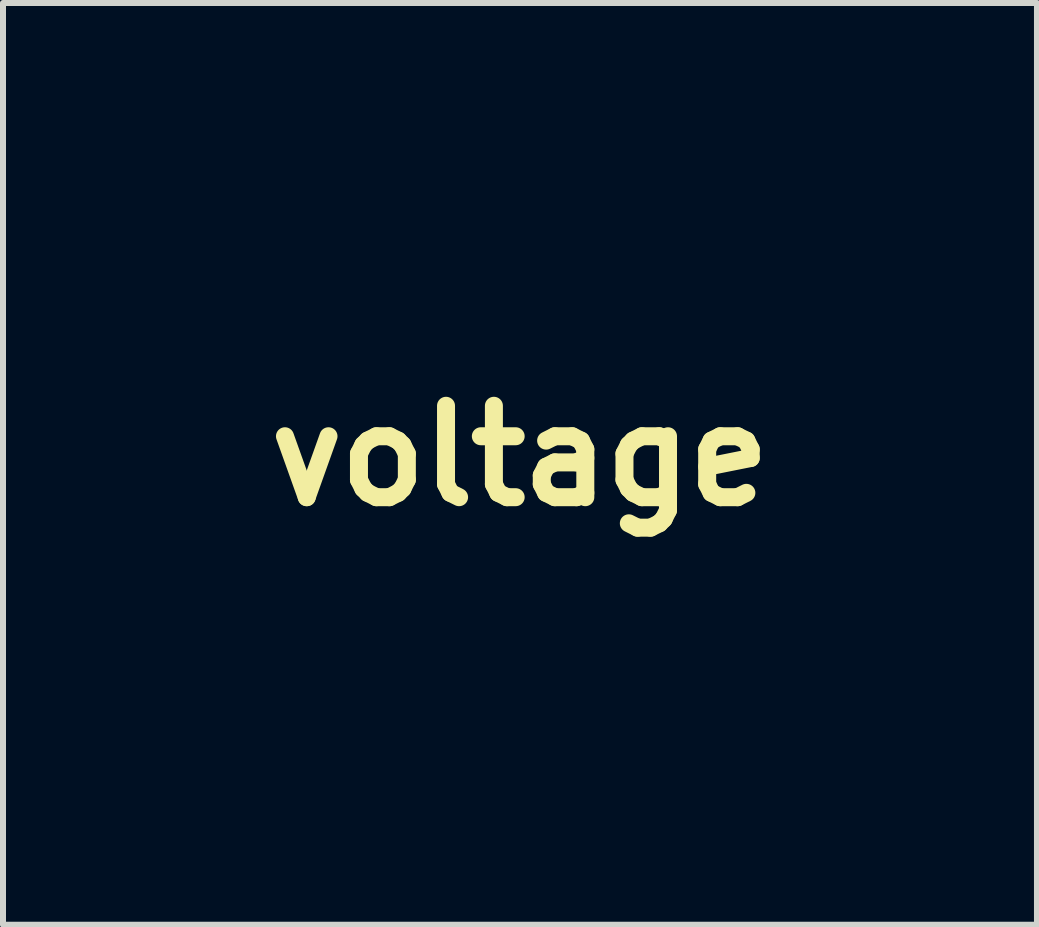
<source format=kicad_pcb>
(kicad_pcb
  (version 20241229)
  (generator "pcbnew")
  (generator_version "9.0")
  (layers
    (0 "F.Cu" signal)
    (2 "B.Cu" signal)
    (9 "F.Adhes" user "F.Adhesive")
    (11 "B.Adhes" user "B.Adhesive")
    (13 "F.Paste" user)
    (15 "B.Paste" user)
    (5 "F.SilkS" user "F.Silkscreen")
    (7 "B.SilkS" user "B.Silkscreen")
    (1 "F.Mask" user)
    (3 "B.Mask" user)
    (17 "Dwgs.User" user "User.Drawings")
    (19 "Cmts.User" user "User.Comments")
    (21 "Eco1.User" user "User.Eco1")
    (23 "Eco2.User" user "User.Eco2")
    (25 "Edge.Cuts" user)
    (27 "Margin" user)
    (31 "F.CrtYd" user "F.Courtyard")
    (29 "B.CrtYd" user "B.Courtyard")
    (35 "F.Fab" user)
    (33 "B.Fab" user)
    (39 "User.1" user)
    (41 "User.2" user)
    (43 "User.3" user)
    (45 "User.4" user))
  (footprint "voltage"
    (layer "F.Cu")
    (at 5.62 4.55)
    (property "Reference" "voltage" (at 0 0 0) (layer "F.SilkS") (effects (font (size 1.524 1.524) (thickness 0.3))))
    (attr through_hole)
    (fp_poly (pts (xy 5.615 4.813) (xy -5.615 4.813) (xy -5.615 4.011) (xy -4.329 4.011) (xy -2.28 4.011) (xy -1.25 4.001) (xy -0.653 3.954) (xy -0.39 3.839) (xy -0.359 3.63) (xy -0.401 3.476) (xy -0.427 3.045) (xy -0.285 2.941) (xy -0.088 2.708) (xy -0.000241 2.144) (xy 0 2.11) (xy -0.045 1.545) (xy -0.273 1.38) (xy -0.69 1.452) (xy -1.175 1.52) (xy -1.281 1.324) (xy -1.242 1.147) (xy -1.083 0.595) (xy -0.854 -0.201) (xy -0.777 -0.468) (xy -0.566 -1.152) (xy -0.414 -1.557) (xy -0.381 -1.604) (xy -0.107 -1.523) (xy 0.105 -1.444) (xy 0.364 -1.277) (xy 0.337 -0.964) (xy 0.127 -0.522) (xy -0.215 0.253) (xy -0.224 0.624) (xy 0.104 0.611) (xy 0.304 0.515) (xy 0.695 0.346) (xy 0.781 0.514) (xy 0.688 0.953) (xy 0.516 1.706) (xy 0.327 2.632) (xy 0.288 2.84) (xy 0.181 3.562) (xy 0.248 3.923) (xy 0.531 4.082) (xy 0.639 4.108) (xy 1.247 4.172) (xy 2.086 4.18) (xy 2.972 4.14) (xy 3.72 4.062) (xy 4.148 3.955) (xy 4.175 3.935) (xy 4.1 3.663) (xy 3.784 3.019) (xy 3.273 2.087) (xy 2.609 0.947) (xy 2.197 0.264) (xy 0.054 -3.243) (xy -1.398 -0.886) (xy -2.109 0.273) (xy -2.804 1.421) (xy -3.378 2.38) (xy -3.59 2.741) (xy -4.329 4.011) (xy -5.615 4.011) (xy -5.615 -4.545) (xy 5.615 -4.545) (xy 5.615 4.813)) (stroke (width 0.01) (type solid)) (fill no) (layer "Eco2.User")))
  (gr_rect
    (start -3 -3)
    (end 14.239 12.368)
    (stroke (width 0.1) (type default))
    (fill no)
    (layer "Edge.Cuts")))
</source>
